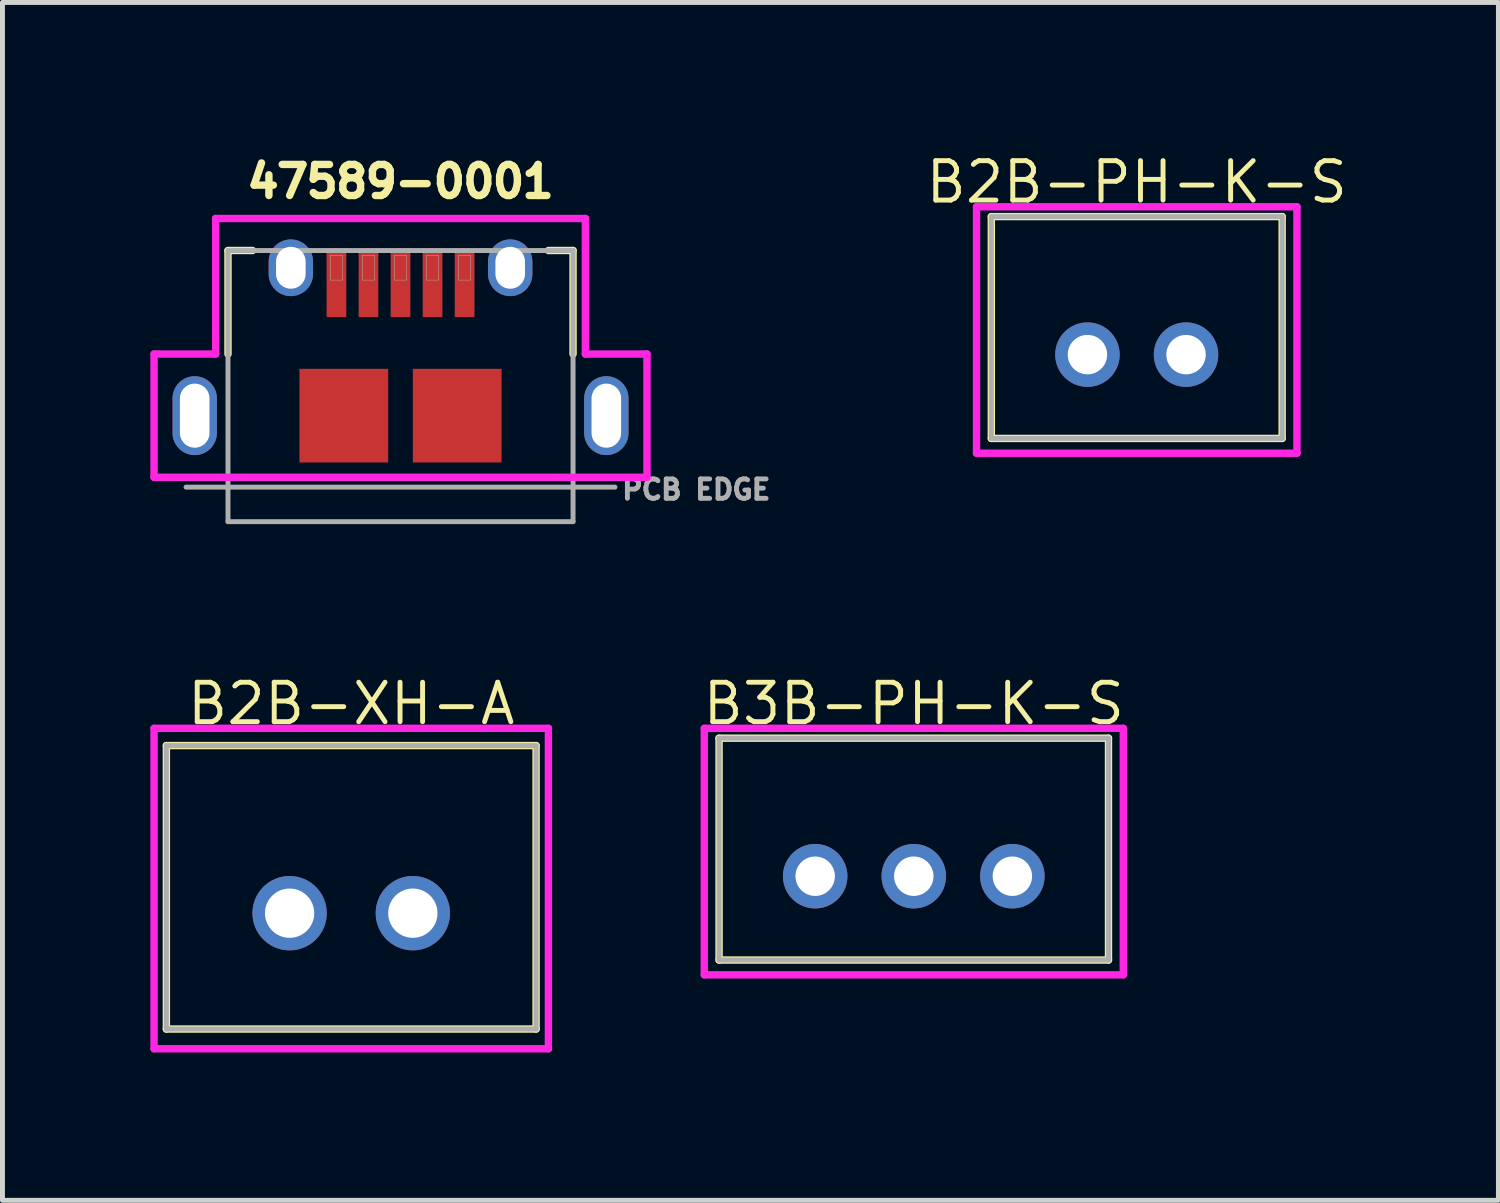
<source format=kicad_pcb>
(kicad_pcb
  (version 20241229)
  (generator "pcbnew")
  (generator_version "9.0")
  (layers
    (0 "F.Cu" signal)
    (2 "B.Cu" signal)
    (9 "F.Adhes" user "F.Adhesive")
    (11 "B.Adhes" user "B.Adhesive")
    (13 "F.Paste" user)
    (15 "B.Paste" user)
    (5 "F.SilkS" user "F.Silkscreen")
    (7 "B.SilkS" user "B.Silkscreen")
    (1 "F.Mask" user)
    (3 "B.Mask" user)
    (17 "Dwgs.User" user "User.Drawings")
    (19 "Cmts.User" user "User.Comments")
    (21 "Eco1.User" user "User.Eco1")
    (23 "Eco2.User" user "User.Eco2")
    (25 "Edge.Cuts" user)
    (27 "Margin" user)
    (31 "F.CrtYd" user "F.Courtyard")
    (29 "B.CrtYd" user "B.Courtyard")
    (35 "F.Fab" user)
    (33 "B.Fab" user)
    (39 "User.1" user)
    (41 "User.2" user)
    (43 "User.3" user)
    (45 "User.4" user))
  (footprint "B3B-PH-K-S"
    (layer "F.Cu")
    (at 15.487 14.725)
    (property "Reference" "B3B-PH-K-S" (at 0 -3.5 0) (layer "F.SilkS") (effects (font (size 0.8 0.8) (thickness 0.1))))
    (attr through_hole)
    (fp_line (start -3.95 -2.8) (end -3.95 1.7) (stroke (width 0.15) (type solid)) (layer "F.SilkS"))
    (fp_line (start -3.95 1.7) (end 3.95 1.7) (stroke (width 0.15) (type solid)) (layer "F.SilkS"))
    (fp_line (start 3.95 -2.8) (end -3.95 -2.8) (stroke (width 0.15) (type solid)) (layer "F.SilkS"))
    (fp_line (start 3.95 1.7) (end 3.95 -2.8) (stroke (width 0.15) (type solid)) (layer "F.SilkS"))
    (fp_line (start -4.25 -3) (end -4.25 2) (stroke (width 0.15) (type solid)) (layer "F.CrtYd"))
    (fp_line (start -4.25 2) (end 4.25 2) (stroke (width 0.15) (type solid)) (layer "F.CrtYd"))
    (fp_line (start 4.25 -3) (end -4.25 -3) (stroke (width 0.15) (type solid)) (layer "F.CrtYd"))
    (fp_line (start 4.25 2) (end 4.25 -3) (stroke (width 0.15) (type solid)) (layer "F.CrtYd"))
    (fp_line (start -3.95 -2.8) (end 3.95 -2.8) (stroke (width 0.1) (type solid)) (layer "F.Fab"))
    (fp_line (start -3.95 1.7) (end -3.95 -2.8) (stroke (width 0.1) (type solid)) (layer "F.Fab"))
    (fp_line (start 3.95 -2.8) (end 3.95 1.7) (stroke (width 0.1) (type solid)) (layer "F.Fab"))
    (fp_line (start 3.95 1.7) (end -3.95 1.7) (stroke (width 0.1) (type solid)) (layer "F.Fab"))
    (pad "1" thru_hole circle (at -2 0) (size 1.308 1.308) (drill 0.8) (layers "*.Cu" "*.Mask"))
    (pad "2" thru_hole circle (at 0 0) (size 1.308 1.308) (drill 0.8) (layers "*.Cu" "*.Mask"))
    (pad "3" thru_hole circle (at 2 0) (size 1.308 1.308) (drill 0.8) (layers "*.Cu" "*.Mask")))
  (footprint "47589-0001"
    (layer "F.Cu")
    (at 5.075 5.382)
    (property "Reference" "47589-0001" (at 0 -4.75 0) (layer "F.SilkS") (effects (font (size 0.63 0.63) (thickness 0.15))))
    (attr smd)
    (fp_line (start -2.75 -3.1) (end -2.75 -2.9) (stroke (width 0.2) (type solid)) (layer "F.Mask"))
    (fp_line (start -1.7 -3.1) (end -1.7 -2.9) (stroke (width 0.2) (type solid)) (layer "F.Mask"))
    (fp_line (start 1.7 -3.1) (end 1.7 -2.9) (stroke (width 0.2) (type solid)) (layer "F.Mask"))
    (fp_line (start 2.75 -3.1) (end 2.75 -2.9) (stroke (width 0.2) (type solid)) (layer "F.Mask"))
    (fp_arc (start -2.75 -3.1) (mid -2.225 -3.625) (end -1.7 -3.1) (stroke (width 0.2) (type solid)) (layer "F.Mask"))
    (fp_arc (start -1.7 -2.9) (mid -2.225 -2.375) (end -2.75 -2.9) (stroke (width 0.2) (type solid)) (layer "F.Mask"))
    (fp_arc (start 1.7 -3.1) (mid 2.225 -3.625) (end 2.75 -3.1) (stroke (width 0.2) (type solid)) (layer "F.Mask"))
    (fp_arc (start 2.75 -2.9) (mid 2.225 -2.375) (end 1.7 -2.9) (stroke (width 0.2) (type solid)) (layer "F.Mask"))
    (fp_line (start -2.75 -3.1) (end -2.75 -2.9) (stroke (width 0.2) (type solid)) (layer "B.Mask"))
    (fp_line (start -1.7 -3.1) (end -1.7 -2.9) (stroke (width 0.2) (type solid)) (layer "B.Mask"))
    (fp_line (start 1.7 -3.1) (end 1.7 -2.9) (stroke (width 0.2) (type solid)) (layer "B.Mask"))
    (fp_line (start 2.75 -3.1) (end 2.75 -2.9) (stroke (width 0.2) (type solid)) (layer "B.Mask"))
    (fp_arc (start -2.75 -3.1) (mid -2.225 -3.625) (end -1.7 -3.1) (stroke (width 0.2) (type solid)) (layer "B.Mask"))
    (fp_arc (start -1.7 -2.9) (mid -2.225 -2.375) (end -2.75 -2.9) (stroke (width 0.2) (type solid)) (layer "B.Mask"))
    (fp_arc (start 1.7 -3.1) (mid 2.225 -3.625) (end 2.75 -3.1) (stroke (width 0.2) (type solid)) (layer "B.Mask"))
    (fp_arc (start 2.75 -2.9) (mid 2.225 -2.375) (end 1.7 -2.9) (stroke (width 0.2) (type solid)) (layer "B.Mask"))
    (fp_line (start -3.5 -3.35) (end -3.5 -1.25) (stroke (width 0.15) (type solid)) (layer "F.SilkS"))
    (fp_line (start -3 -3.35) (end -3.5 -3.35) (stroke (width 0.15) (type solid)) (layer "F.SilkS"))
    (fp_line (start 3 -3.35) (end 3.5 -3.35) (stroke (width 0.15) (type solid)) (layer "F.SilkS"))
    (fp_line (start 3.5 -3.35) (end 3.5 -1.25) (stroke (width 0.15) (type solid)) (layer "F.SilkS"))
    (fp_line (start -5 -1.25) (end -5 1.25) (stroke (width 0.15) (type solid)) (layer "F.CrtYd"))
    (fp_line (start -5 1.25) (end 5 1.25) (stroke (width 0.15) (type solid)) (layer "F.CrtYd"))
    (fp_line (start -3.75 -4) (end -3.75 -1.25) (stroke (width 0.15) (type solid)) (layer "F.CrtYd"))
    (fp_line (start -3.75 -1.25) (end -5 -1.25) (stroke (width 0.15) (type solid)) (layer "F.CrtYd"))
    (fp_line (start 3.75 -4) (end -3.75 -4) (stroke (width 0.15) (type solid)) (layer "F.CrtYd"))
    (fp_line (start 3.75 -1.25) (end 3.75 -4) (stroke (width 0.15) (type solid)) (layer "F.CrtYd"))
    (fp_line (start 5 -1.25) (end 3.75 -1.25) (stroke (width 0.15) (type solid)) (layer "F.CrtYd"))
    (fp_line (start 5 1.25) (end 5 -1.25) (stroke (width 0.15) (type solid)) (layer "F.CrtYd"))
    (fp_line (start -4.35 1.45) (end -3.5 1.45) (stroke (width 0.1) (type solid)) (layer "F.Fab"))
    (fp_line (start -3.5 -3.35) (end -3.5 1.45) (stroke (width 0.1) (type solid)) (layer "F.Fab"))
    (fp_line (start -3.5 -3.35) (end 3.5 -3.35) (stroke (width 0.1) (type solid)) (layer "F.Fab"))
    (fp_line (start -3.5 1.45) (end 3.5 1.45) (stroke (width 0.1) (type solid)) (layer "F.Fab"))
    (fp_line (start -3.5 2.15) (end -3.5 1.45) (stroke (width 0.1) (type solid)) (layer "F.Fab"))
    (fp_line (start -3.5 2.15) (end 3.5 2.15) (stroke (width 0.1) (type solid)) (layer "F.Fab"))
    (fp_line (start 3.5 -3.35) (end 3.5 1.45) (stroke (width 0.1) (type solid)) (layer "F.Fab"))
    (fp_line (start 3.5 1.45) (end 4.35 1.45) (stroke (width 0.1) (type solid)) (layer "F.Fab"))
    (fp_line (start 3.5 2.15) (end 3.5 1.45) (stroke (width 0.1) (type solid)) (layer "F.Fab"))
    (fp_poly (pts (xy -1.425 -3.25) (xy -1.175 -3.25) (xy -1.175 -2.75) (xy -1.425 -2.75)) (stroke (width 0.01) (type solid)) (fill no) (layer "F.Fab"))
    (fp_poly (pts (xy -0.775 -3.25) (xy -0.525 -3.25) (xy -0.525 -2.75) (xy -0.775 -2.75)) (stroke (width 0.01) (type solid)) (fill no) (layer "F.Fab"))
    (fp_poly (pts (xy -0.125 -3.25) (xy 0.125 -3.25) (xy 0.125 -2.75) (xy -0.125 -2.75)) (stroke (width 0.01) (type solid)) (fill no) (layer "F.Fab"))
    (fp_poly (pts (xy 0.525 -3.25) (xy 0.775 -3.25) (xy 0.775 -2.75) (xy 0.525 -2.75)) (stroke (width 0.01) (type solid)) (fill no) (layer "F.Fab"))
    (fp_poly (pts (xy 1.175 -3.25) (xy 1.425 -3.25) (xy 1.425 -2.75) (xy 1.175 -2.75)) (stroke (width 0.01) (type solid)) (fill no) (layer "F.Fab"))
    (fp_text user "PCB EDGE" (at 6 1.5 0) (layer "F.Fab") (effects (font (size 0.394 0.394) (thickness 0.15))))
    (pad "1" smd rect (at -1.3 -2.675) (size 0.4 1.35) (layers "F.Cu" "F.Mask" "F.Paste"))
    (pad "2" smd rect (at -0.65 -2.675) (size 0.4 1.35) (layers "F.Cu" "F.Mask" "F.Paste"))
    (pad "3" smd rect (at 0 -2.675) (size 0.4 1.35) (layers "F.Cu" "F.Mask" "F.Paste"))
    (pad "4" smd rect (at 0.65 -2.675) (size 0.4 1.35) (layers "F.Cu" "F.Mask" "F.Paste"))
    (pad "5" smd rect (at 1.3 -2.675) (size 0.4 1.35) (layers "F.Cu" "F.Mask" "F.Paste"))
    (pad "SHIELD@1" thru_hole oval (at -2.225 -3) (size 0.9 1.15) (drill oval 0.6 0.85) (layers "*.Cu" "*.Mask"))
    (pad "SHIELD@2" thru_hole oval (at 2.225 -3) (size 0.9 1.15) (drill oval 0.6 0.85) (layers "*.Cu" "*.Mask"))
    (pad "SHIELD@3" thru_hole oval (at -4.175 0) (size 0.9 1.6) (drill oval 0.6 1.3) (layers "*.Cu" "*.Mask"))
    (pad "SHIELD@4" smd rect (at -1.15 0) (size 1.8 1.9) (layers "F.Cu" "F.Mask" "F.Paste"))
    (pad "SHIELD@5" smd rect (at 1.15 0) (size 1.8 1.9) (layers "F.Cu" "F.Mask" "F.Paste"))
    (pad "SHIELD@6" thru_hole oval (at 4.175 0) (size 0.9 1.6) (drill oval 0.6 1.3) (layers "*.Cu" "*.Mask")))
  (footprint "B2B-XH-A"
    (layer "F.Cu")
    (at 4.075 15.475)
    (property "Reference" "B2B-XH-A" (at 0 -4.25 0) (layer "F.SilkS") (effects (font (size 0.8 0.8) (thickness 0.1))))
    (attr through_hole)
    (fp_line (start -3.75 -3.4) (end -3.75 2.35) (stroke (width 0.15) (type solid)) (layer "F.SilkS"))
    (fp_line (start -3.75 2.35) (end 3.75 2.35) (stroke (width 0.15) (type solid)) (layer "F.SilkS"))
    (fp_line (start 3.75 -3.4) (end -3.75 -3.4) (stroke (width 0.15) (type solid)) (layer "F.SilkS"))
    (fp_line (start 3.75 2.35) (end 3.75 -3.4) (stroke (width 0.15) (type solid)) (layer "F.SilkS"))
    (fp_line (start -4 -3.75) (end -4 2.75) (stroke (width 0.15) (type solid)) (layer "F.CrtYd"))
    (fp_line (start -4 2.75) (end 4 2.75) (stroke (width 0.15) (type solid)) (layer "F.CrtYd"))
    (fp_line (start 4 -3.75) (end -4 -3.75) (stroke (width 0.15) (type solid)) (layer "F.CrtYd"))
    (fp_line (start 4 2.75) (end 4 -3.75) (stroke (width 0.15) (type solid)) (layer "F.CrtYd"))
    (fp_line (start -3.75 -3.4) (end 3.75 -3.4) (stroke (width 0.1) (type solid)) (layer "F.Fab"))
    (fp_line (start -3.75 2.35) (end -3.75 -3.4) (stroke (width 0.1) (type solid)) (layer "F.Fab"))
    (fp_line (start 3.75 -3.4) (end 3.75 2.35) (stroke (width 0.1) (type solid)) (layer "F.Fab"))
    (fp_line (start 3.75 2.35) (end -3.75 2.35) (stroke (width 0.1) (type solid)) (layer "F.Fab"))
    (pad "1" thru_hole circle (at -1.25 0) (size 1.508 1.508) (drill 1) (layers "*.Cu" "*.Mask"))
    (pad "2" thru_hole circle (at 1.25 0) (size 1.508 1.508) (drill 1) (layers "*.Cu" "*.Mask")))
  (footprint "B2B-PH-K-S"
    (layer "F.Cu")
    (at 20.01 4.144)
    (property "Reference" "B2B-PH-K-S" (at 0 -3.5 0) (layer "F.SilkS") (effects (font (size 0.8 0.8) (thickness 0.1))))
    (attr through_hole)
    (fp_line (start -2.95 -2.8) (end -2.95 1.7) (stroke (width 0.15) (type solid)) (layer "F.SilkS"))
    (fp_line (start -2.95 1.7) (end 2.95 1.7) (stroke (width 0.15) (type solid)) (layer "F.SilkS"))
    (fp_line (start 2.95 -2.8) (end -2.95 -2.8) (stroke (width 0.15) (type solid)) (layer "F.SilkS"))
    (fp_line (start 2.95 1.7) (end 2.95 -2.8) (stroke (width 0.15) (type solid)) (layer "F.SilkS"))
    (fp_line (start -3.25 -3) (end -3.25 2) (stroke (width 0.15) (type solid)) (layer "F.CrtYd"))
    (fp_line (start -3.25 2) (end 3.25 2) (stroke (width 0.15) (type solid)) (layer "F.CrtYd"))
    (fp_line (start 3.25 -3) (end -3.25 -3) (stroke (width 0.15) (type solid)) (layer "F.CrtYd"))
    (fp_line (start 3.25 2) (end 3.25 -3) (stroke (width 0.15) (type solid)) (layer "F.CrtYd"))
    (fp_line (start -2.95 -2.8) (end 2.95 -2.8) (stroke (width 0.1) (type solid)) (layer "F.Fab"))
    (fp_line (start -2.95 1.7) (end -2.95 -2.8) (stroke (width 0.1) (type solid)) (layer "F.Fab"))
    (fp_line (start 2.95 -2.8) (end 2.95 1.7) (stroke (width 0.1) (type solid)) (layer "F.Fab"))
    (fp_line (start 2.95 1.7) (end -2.95 1.7) (stroke (width 0.1) (type solid)) (layer "F.Fab"))
    (pad "1" thru_hole circle (at -1 0) (size 1.308 1.308) (drill 0.8) (layers "*.Cu" "*.Mask"))
    (pad "2" thru_hole circle (at 1 0) (size 1.308 1.308) (drill 0.8) (layers "*.Cu" "*.Mask")))
  (gr_rect
    (start -3 -3)
    (end 27.347 21.3)
    (stroke (width 0.1) (type default))
    (fill no)
    (layer "Edge.Cuts")))
</source>
